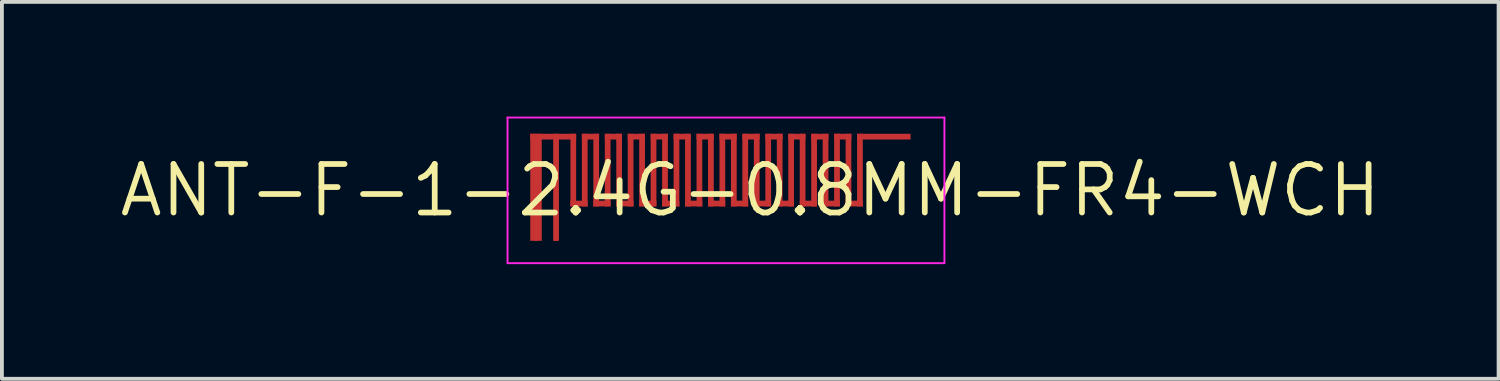
<source format=kicad_pcb>
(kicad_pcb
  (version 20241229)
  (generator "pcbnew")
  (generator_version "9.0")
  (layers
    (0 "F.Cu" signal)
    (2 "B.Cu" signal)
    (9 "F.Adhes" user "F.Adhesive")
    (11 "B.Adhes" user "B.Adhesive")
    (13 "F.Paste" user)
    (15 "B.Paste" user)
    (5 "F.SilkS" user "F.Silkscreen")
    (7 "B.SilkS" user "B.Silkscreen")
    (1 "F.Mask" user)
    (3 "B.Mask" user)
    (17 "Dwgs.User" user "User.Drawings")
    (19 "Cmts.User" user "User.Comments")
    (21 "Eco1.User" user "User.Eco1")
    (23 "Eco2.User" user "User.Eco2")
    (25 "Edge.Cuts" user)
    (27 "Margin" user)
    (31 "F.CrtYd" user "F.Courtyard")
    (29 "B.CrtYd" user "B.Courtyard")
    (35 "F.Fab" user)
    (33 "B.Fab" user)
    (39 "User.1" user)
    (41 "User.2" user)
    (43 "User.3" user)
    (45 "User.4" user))
  (footprint "ANT-F-1-2.4G-0.8MM-FR4-WCH"
    (layer "F.Cu")
    (at 15.943 1.93)
    (property "Reference" "ANT-F-1-2.4G-0.8MM-FR4-WCH" (at 0.635 0 0) (layer "F.SilkS") (effects (font (size 1.27 1.27) (thickness 0.15))))
    (attr exclude_from_pos_files exclude_from_bom)
    (fp_poly (pts (xy -5.12 1.32) (xy -4.82 1.32) (xy -4.82 -1.48) (xy -5.12 -1.48)) (stroke (width 0) (type solid)) (fill yes) (layer "F.Cu"))
    (fp_poly (pts (xy -4.52 1.32) (xy -4.37 1.32) (xy -4.37 -1.48) (xy -4.52 -1.48)) (stroke (width 0) (type solid)) (fill yes) (layer "F.Cu"))
    (fp_poly (pts (xy -4.37 -1.33) (xy -3.92 -1.33) (xy -3.92 -1.48) (xy -4.37 -1.48)) (stroke (width 0) (type solid)) (fill yes) (layer "F.Cu"))
    (fp_poly (pts (xy -4.37 -1.33) (xy -4.37 -1.48) (xy -5.12 -1.48) (xy -5.12 -1.33)) (stroke (width 0) (type solid)) (fill yes) (layer "F.Cu"))
    (fp_poly (pts (xy -4.07 0.42) (xy -3.92 0.42) (xy -3.92 -1.48) (xy -4.07 -1.48)) (stroke (width 0) (type solid)) (fill yes) (layer "F.Cu"))
    (fp_poly (pts (xy -4.07 0.42) (xy -3.62 0.42) (xy -3.62 0.27) (xy -4.07 0.27)) (stroke (width 0) (type solid)) (fill yes) (layer "F.Cu"))
    (fp_poly (pts (xy -3.77 0.42) (xy -3.62 0.42) (xy -3.62 -1.48) (xy -3.77 -1.48)) (stroke (width 0) (type solid)) (fill yes) (layer "F.Cu"))
    (fp_poly (pts (xy -3.77 -1.33) (xy -3.32 -1.33) (xy -3.32 -1.48) (xy -3.77 -1.48)) (stroke (width 0) (type solid)) (fill yes) (layer "F.Cu"))
    (fp_poly (pts (xy -3.47 0.42) (xy -3.32 0.42) (xy -3.32 -1.48) (xy -3.47 -1.48)) (stroke (width 0) (type solid)) (fill yes) (layer "F.Cu"))
    (fp_poly (pts (xy -3.47 0.42) (xy -3.02 0.42) (xy -3.02 0.27) (xy -3.47 0.27)) (stroke (width 0) (type solid)) (fill yes) (layer "F.Cu"))
    (fp_poly (pts (xy -3.17 -1.33) (xy -2.72 -1.33) (xy -2.72 -1.48) (xy -3.17 -1.48)) (stroke (width 0) (type solid)) (fill yes) (layer "F.Cu"))
    (fp_poly (pts (xy -3.17 0.42) (xy -3.02 0.42) (xy -3.02 -1.48) (xy -3.17 -1.48)) (stroke (width 0) (type solid)) (fill yes) (layer "F.Cu"))
    (fp_poly (pts (xy -2.87 0.42) (xy -2.72 0.42) (xy -2.72 -1.48) (xy -2.87 -1.48)) (stroke (width 0) (type solid)) (fill yes) (layer "F.Cu"))
    (fp_poly (pts (xy -2.87 0.42) (xy -2.42 0.42) (xy -2.42 0.27) (xy -2.87 0.27)) (stroke (width 0) (type solid)) (fill yes) (layer "F.Cu"))
    (fp_poly (pts (xy -2.57 0.42) (xy -2.42 0.42) (xy -2.42 -1.48) (xy -2.57 -1.48)) (stroke (width 0) (type solid)) (fill yes) (layer "F.Cu"))
    (fp_poly (pts (xy -2.57 -1.33) (xy -2.12 -1.33) (xy -2.12 -1.48) (xy -2.57 -1.48)) (stroke (width 0) (type solid)) (fill yes) (layer "F.Cu"))
    (fp_poly (pts (xy -2.27 0.42) (xy -2.12 0.42) (xy -2.12 -1.48) (xy -2.27 -1.48)) (stroke (width 0) (type solid)) (fill yes) (layer "F.Cu"))
    (fp_poly (pts (xy -2.27 0.42) (xy -1.82 0.42) (xy -1.82 0.27) (xy -2.27 0.27)) (stroke (width 0) (type solid)) (fill yes) (layer "F.Cu"))
    (fp_poly (pts (xy -1.97 0.42) (xy -1.82 0.42) (xy -1.82 -1.48) (xy -1.97 -1.48)) (stroke (width 0) (type solid)) (fill yes) (layer "F.Cu"))
    (fp_poly (pts (xy -1.97 -1.33) (xy -1.52 -1.33) (xy -1.52 -1.48) (xy -1.97 -1.48)) (stroke (width 0) (type solid)) (fill yes) (layer "F.Cu"))
    (fp_poly (pts (xy -1.67 0.42) (xy -1.52 0.42) (xy -1.52 -1.48) (xy -1.67 -1.48)) (stroke (width 0) (type solid)) (fill yes) (layer "F.Cu"))
    (fp_poly (pts (xy -1.67 0.42) (xy -1.22 0.42) (xy -1.22 0.27) (xy -1.67 0.27)) (stroke (width 0) (type solid)) (fill yes) (layer "F.Cu"))
    (fp_poly (pts (xy -1.37 0.42) (xy -1.22 0.42) (xy -1.22 -1.48) (xy -1.37 -1.48)) (stroke (width 0) (type solid)) (fill yes) (layer "F.Cu"))
    (fp_poly (pts (xy -1.37 -1.33) (xy -0.92 -1.33) (xy -0.92 -1.48) (xy -1.37 -1.48)) (stroke (width 0) (type solid)) (fill yes) (layer "F.Cu"))
    (fp_poly (pts (xy -1.07 0.42) (xy -0.92 0.42) (xy -0.92 -1.48) (xy -1.07 -1.48)) (stroke (width 0) (type solid)) (fill yes) (layer "F.Cu"))
    (fp_poly (pts (xy -1.07 0.42) (xy -0.62 0.42) (xy -0.62 0.27) (xy -1.07 0.27)) (stroke (width 0) (type solid)) (fill yes) (layer "F.Cu"))
    (fp_poly (pts (xy -0.77 0.42) (xy -0.62 0.42) (xy -0.62 -1.48) (xy -0.77 -1.48)) (stroke (width 0) (type solid)) (fill yes) (layer "F.Cu"))
    (fp_poly (pts (xy -0.77 -1.33) (xy -0.32 -1.33) (xy -0.32 -1.48) (xy -0.77 -1.48)) (stroke (width 0) (type solid)) (fill yes) (layer "F.Cu"))
    (fp_poly (pts (xy -0.47 0.42) (xy -0.32 0.42) (xy -0.32 -1.48) (xy -0.47 -1.48)) (stroke (width 0) (type solid)) (fill yes) (layer "F.Cu"))
    (fp_poly (pts (xy -0.47 0.42) (xy -0.02 0.42) (xy -0.02 0.27) (xy -0.47 0.27)) (stroke (width 0) (type solid)) (fill yes) (layer "F.Cu"))
    (fp_poly (pts (xy -0.17 0.42) (xy -0.02 0.42) (xy -0.02 -1.48) (xy -0.17 -1.48)) (stroke (width 0) (type solid)) (fill yes) (layer "F.Cu"))
    (fp_poly (pts (xy -0.17 -1.33) (xy 0.28 -1.33) (xy 0.28 -1.48) (xy -0.17 -1.48)) (stroke (width 0) (type solid)) (fill yes) (layer "F.Cu"))
    (fp_poly (pts (xy 0.13 0.42) (xy 0.28 0.42) (xy 0.28 -1.48) (xy 0.13 -1.48)) (stroke (width 0) (type solid)) (fill yes) (layer "F.Cu"))
    (fp_poly (pts (xy 0.13 0.42) (xy 0.58 0.42) (xy 0.58 0.27) (xy 0.13 0.27)) (stroke (width 0) (type solid)) (fill yes) (layer "F.Cu"))
    (fp_poly (pts (xy 0.43 0.42) (xy 0.58 0.42) (xy 0.58 -1.48) (xy 0.43 -1.48)) (stroke (width 0) (type solid)) (fill yes) (layer "F.Cu"))
    (fp_poly (pts (xy 0.43 -1.33) (xy 0.88 -1.33) (xy 0.88 -1.48) (xy 0.43 -1.48)) (stroke (width 0) (type solid)) (fill yes) (layer "F.Cu"))
    (fp_poly (pts (xy 0.73 0.42) (xy 0.88 0.42) (xy 0.88 -1.48) (xy 0.73 -1.48)) (stroke (width 0) (type solid)) (fill yes) (layer "F.Cu"))
    (fp_poly (pts (xy 0.73 0.42) (xy 1.18 0.42) (xy 1.18 0.27) (xy 0.73 0.27)) (stroke (width 0) (type solid)) (fill yes) (layer "F.Cu"))
    (fp_poly (pts (xy 1.03 0.42) (xy 1.18 0.42) (xy 1.18 -1.48) (xy 1.03 -1.48)) (stroke (width 0) (type solid)) (fill yes) (layer "F.Cu"))
    (fp_poly (pts (xy 1.03 -1.33) (xy 1.48 -1.33) (xy 1.48 -1.48) (xy 1.03 -1.48)) (stroke (width 0) (type solid)) (fill yes) (layer "F.Cu"))
    (fp_poly (pts (xy 1.33 0.42) (xy 1.48 0.42) (xy 1.48 -1.48) (xy 1.33 -1.48)) (stroke (width 0) (type solid)) (fill yes) (layer "F.Cu"))
    (fp_poly (pts (xy 1.33 0.42) (xy 1.78 0.42) (xy 1.78 0.27) (xy 1.33 0.27)) (stroke (width 0) (type solid)) (fill yes) (layer "F.Cu"))
    (fp_poly (pts (xy 1.63 0.42) (xy 1.78 0.42) (xy 1.78 -1.48) (xy 1.63 -1.48)) (stroke (width 0) (type solid)) (fill yes) (layer "F.Cu"))
    (fp_poly (pts (xy 1.63 -1.33) (xy 2.08 -1.33) (xy 2.08 -1.48) (xy 1.63 -1.48)) (stroke (width 0) (type solid)) (fill yes) (layer "F.Cu"))
    (fp_poly (pts (xy 1.93 0.42) (xy 2.08 0.42) (xy 2.08 -1.48) (xy 1.93 -1.48)) (stroke (width 0) (type solid)) (fill yes) (layer "F.Cu"))
    (fp_poly (pts (xy 1.93 0.42) (xy 2.38 0.42) (xy 2.38 0.27) (xy 1.93 0.27)) (stroke (width 0) (type solid)) (fill yes) (layer "F.Cu"))
    (fp_poly (pts (xy 2.23 0.42) (xy 2.38 0.42) (xy 2.38 -1.48) (xy 2.23 -1.48)) (stroke (width 0) (type solid)) (fill yes) (layer "F.Cu"))
    (fp_poly (pts (xy 2.23 -1.33) (xy 2.68 -1.33) (xy 2.68 -1.48) (xy 2.23 -1.48)) (stroke (width 0) (type solid)) (fill yes) (layer "F.Cu"))
    (fp_poly (pts (xy 2.53 0.42) (xy 2.68 0.42) (xy 2.68 -1.48) (xy 2.53 -1.48)) (stroke (width 0) (type solid)) (fill yes) (layer "F.Cu"))
    (fp_poly (pts (xy 2.53 0.42) (xy 2.98 0.42) (xy 2.98 0.27) (xy 2.53 0.27)) (stroke (width 0) (type solid)) (fill yes) (layer "F.Cu"))
    (fp_poly (pts (xy 2.83 0.42) (xy 2.98 0.42) (xy 2.98 -1.48) (xy 2.83 -1.48)) (stroke (width 0) (type solid)) (fill yes) (layer "F.Cu"))
    (fp_poly (pts (xy 2.83 -1.33) (xy 3.28 -1.33) (xy 3.28 -1.48) (xy 2.83 -1.48)) (stroke (width 0) (type solid)) (fill yes) (layer "F.Cu"))
    (fp_poly (pts (xy 3.13 0.42) (xy 3.28 0.42) (xy 3.28 -1.48) (xy 3.13 -1.48)) (stroke (width 0) (type solid)) (fill yes) (layer "F.Cu"))
    (fp_poly (pts (xy 3.13 0.42) (xy 3.58 0.42) (xy 3.58 0.27) (xy 3.13 0.27)) (stroke (width 0) (type solid)) (fill yes) (layer "F.Cu"))
    (fp_poly (pts (xy 3.43 0.42) (xy 3.58 0.42) (xy 3.58 -1.48) (xy 3.43 -1.48)) (stroke (width 0) (type solid)) (fill yes) (layer "F.Cu"))
    (fp_poly (pts (xy 3.43 -1.33) (xy 4.83 -1.33) (xy 4.83 -1.48) (xy 3.43 -1.48)) (stroke (width 0) (type solid)) (fill yes) (layer "F.Cu"))
    (fp_poly (pts (xy -5.12 1.32) (xy -4.82 1.32) (xy -4.82 -1.48) (xy -5.12 -1.48)) (stroke (width 0) (type solid)) (fill yes) (layer "F.Mask"))
    (fp_poly (pts (xy -4.52 1.32) (xy -4.37 1.32) (xy -4.37 -1.48) (xy -4.52 -1.48)) (stroke (width 0) (type solid)) (fill yes) (layer "F.Mask"))
    (fp_poly (pts (xy -4.37 -1.33) (xy -3.92 -1.33) (xy -3.92 -1.48) (xy -4.37 -1.48)) (stroke (width 0) (type solid)) (fill yes) (layer "F.Mask"))
    (fp_poly (pts (xy -4.37 -1.33) (xy -4.37 -1.48) (xy -5.12 -1.48) (xy -5.12 -1.33)) (stroke (width 0) (type solid)) (fill yes) (layer "F.Mask"))
    (fp_poly (pts (xy -4.07 0.42) (xy -3.92 0.42) (xy -3.92 -1.48) (xy -4.07 -1.48)) (stroke (width 0) (type solid)) (fill yes) (layer "F.Mask"))
    (fp_poly (pts (xy -4.07 0.42) (xy -3.62 0.42) (xy -3.62 0.27) (xy -4.07 0.27)) (stroke (width 0) (type solid)) (fill yes) (layer "F.Mask"))
    (fp_poly (pts (xy -3.77 0.42) (xy -3.62 0.42) (xy -3.62 -1.48) (xy -3.77 -1.48)) (stroke (width 0) (type solid)) (fill yes) (layer "F.Mask"))
    (fp_poly (pts (xy -3.77 -1.33) (xy -3.32 -1.33) (xy -3.32 -1.48) (xy -3.77 -1.48)) (stroke (width 0) (type solid)) (fill yes) (layer "F.Mask"))
    (fp_poly (pts (xy -3.47 0.42) (xy -3.32 0.42) (xy -3.32 -1.48) (xy -3.47 -1.48)) (stroke (width 0) (type solid)) (fill yes) (layer "F.Mask"))
    (fp_poly (pts (xy -3.47 0.42) (xy -3.02 0.42) (xy -3.02 0.27) (xy -3.47 0.27)) (stroke (width 0) (type solid)) (fill yes) (layer "F.Mask"))
    (fp_poly (pts (xy -3.17 -1.33) (xy -2.72 -1.33) (xy -2.72 -1.48) (xy -3.17 -1.48)) (stroke (width 0) (type solid)) (fill yes) (layer "F.Mask"))
    (fp_poly (pts (xy -3.17 0.42) (xy -3.02 0.42) (xy -3.02 -1.48) (xy -3.17 -1.48)) (stroke (width 0) (type solid)) (fill yes) (layer "F.Mask"))
    (fp_poly (pts (xy -2.87 0.42) (xy -2.72 0.42) (xy -2.72 -1.48) (xy -2.87 -1.48)) (stroke (width 0) (type solid)) (fill yes) (layer "F.Mask"))
    (fp_poly (pts (xy -2.87 0.42) (xy -2.42 0.42) (xy -2.42 0.27) (xy -2.87 0.27)) (stroke (width 0) (type solid)) (fill yes) (layer "F.Mask"))
    (fp_poly (pts (xy -2.57 0.42) (xy -2.42 0.42) (xy -2.42 -1.48) (xy -2.57 -1.48)) (stroke (width 0) (type solid)) (fill yes) (layer "F.Mask"))
    (fp_poly (pts (xy -2.57 -1.33) (xy -2.12 -1.33) (xy -2.12 -1.48) (xy -2.57 -1.48)) (stroke (width 0) (type solid)) (fill yes) (layer "F.Mask"))
    (fp_poly (pts (xy -2.27 0.42) (xy -2.12 0.42) (xy -2.12 -1.48) (xy -2.27 -1.48)) (stroke (width 0) (type solid)) (fill yes) (layer "F.Mask"))
    (fp_poly (pts (xy -2.27 0.42) (xy -1.82 0.42) (xy -1.82 0.27) (xy -2.27 0.27)) (stroke (width 0) (type solid)) (fill yes) (layer "F.Mask"))
    (fp_poly (pts (xy -1.97 0.42) (xy -1.82 0.42) (xy -1.82 -1.48) (xy -1.97 -1.48)) (stroke (width 0) (type solid)) (fill yes) (layer "F.Mask"))
    (fp_poly (pts (xy -1.97 -1.33) (xy -1.52 -1.33) (xy -1.52 -1.48) (xy -1.97 -1.48)) (stroke (width 0) (type solid)) (fill yes) (layer "F.Mask"))
    (fp_poly (pts (xy -1.67 0.42) (xy -1.52 0.42) (xy -1.52 -1.48) (xy -1.67 -1.48)) (stroke (width 0) (type solid)) (fill yes) (layer "F.Mask"))
    (fp_poly (pts (xy -1.67 0.42) (xy -1.22 0.42) (xy -1.22 0.27) (xy -1.67 0.27)) (stroke (width 0) (type solid)) (fill yes) (layer "F.Mask"))
    (fp_poly (pts (xy -1.37 0.42) (xy -1.22 0.42) (xy -1.22 -1.48) (xy -1.37 -1.48)) (stroke (width 0) (type solid)) (fill yes) (layer "F.Mask"))
    (fp_poly (pts (xy -1.37 -1.33) (xy -0.92 -1.33) (xy -0.92 -1.48) (xy -1.37 -1.48)) (stroke (width 0) (type solid)) (fill yes) (layer "F.Mask"))
    (fp_poly (pts (xy -1.07 0.42) (xy -0.92 0.42) (xy -0.92 -1.48) (xy -1.07 -1.48)) (stroke (width 0) (type solid)) (fill yes) (layer "F.Mask"))
    (fp_poly (pts (xy -1.07 0.42) (xy -0.62 0.42) (xy -0.62 0.27) (xy -1.07 0.27)) (stroke (width 0) (type solid)) (fill yes) (layer "F.Mask"))
    (fp_poly (pts (xy -0.77 0.42) (xy -0.62 0.42) (xy -0.62 -1.48) (xy -0.77 -1.48)) (stroke (width 0) (type solid)) (fill yes) (layer "F.Mask"))
    (fp_poly (pts (xy -0.77 -1.33) (xy -0.32 -1.33) (xy -0.32 -1.48) (xy -0.77 -1.48)) (stroke (width 0) (type solid)) (fill yes) (layer "F.Mask"))
    (fp_poly (pts (xy -0.47 0.42) (xy -0.32 0.42) (xy -0.32 -1.48) (xy -0.47 -1.48)) (stroke (width 0) (type solid)) (fill yes) (layer "F.Mask"))
    (fp_poly (pts (xy -0.47 0.42) (xy -0.02 0.42) (xy -0.02 0.27) (xy -0.47 0.27)) (stroke (width 0) (type solid)) (fill yes) (layer "F.Mask"))
    (fp_poly (pts (xy -0.17 0.42) (xy -0.02 0.42) (xy -0.02 -1.48) (xy -0.17 -1.48)) (stroke (width 0) (type solid)) (fill yes) (layer "F.Mask"))
    (fp_poly (pts (xy -0.17 -1.33) (xy 0.28 -1.33) (xy 0.28 -1.48) (xy -0.17 -1.48)) (stroke (width 0) (type solid)) (fill yes) (layer "F.Mask"))
    (fp_poly (pts (xy 0.13 0.42) (xy 0.28 0.42) (xy 0.28 -1.48) (xy 0.13 -1.48)) (stroke (width 0) (type solid)) (fill yes) (layer "F.Mask"))
    (fp_poly (pts (xy 0.13 0.42) (xy 0.58 0.42) (xy 0.58 0.27) (xy 0.13 0.27)) (stroke (width 0) (type solid)) (fill yes) (layer "F.Mask"))
    (fp_poly (pts (xy 0.43 0.42) (xy 0.58 0.42) (xy 0.58 -1.48) (xy 0.43 -1.48)) (stroke (width 0) (type solid)) (fill yes) (layer "F.Mask"))
    (fp_poly (pts (xy 0.43 -1.33) (xy 0.88 -1.33) (xy 0.88 -1.48) (xy 0.43 -1.48)) (stroke (width 0) (type solid)) (fill yes) (layer "F.Mask"))
    (fp_poly (pts (xy 0.73 0.42) (xy 0.88 0.42) (xy 0.88 -1.48) (xy 0.73 -1.48)) (stroke (width 0) (type solid)) (fill yes) (layer "F.Mask"))
    (fp_poly (pts (xy 0.73 0.42) (xy 1.18 0.42) (xy 1.18 0.27) (xy 0.73 0.27)) (stroke (width 0) (type solid)) (fill yes) (layer "F.Mask"))
    (fp_poly (pts (xy 1.03 0.42) (xy 1.18 0.42) (xy 1.18 -1.48) (xy 1.03 -1.48)) (stroke (width 0) (type solid)) (fill yes) (layer "F.Mask"))
    (fp_poly (pts (xy 1.03 -1.33) (xy 1.48 -1.33) (xy 1.48 -1.48) (xy 1.03 -1.48)) (stroke (width 0) (type solid)) (fill yes) (layer "F.Mask"))
    (fp_poly (pts (xy 1.33 0.42) (xy 1.48 0.42) (xy 1.48 -1.48) (xy 1.33 -1.48)) (stroke (width 0) (type solid)) (fill yes) (layer "F.Mask"))
    (fp_poly (pts (xy 1.33 0.42) (xy 1.78 0.42) (xy 1.78 0.27) (xy 1.33 0.27)) (stroke (width 0) (type solid)) (fill yes) (layer "F.Mask"))
    (fp_poly (pts (xy 1.63 0.42) (xy 1.78 0.42) (xy 1.78 -1.48) (xy 1.63 -1.48)) (stroke (width 0) (type solid)) (fill yes) (layer "F.Mask"))
    (fp_poly (pts (xy 1.63 -1.33) (xy 2.08 -1.33) (xy 2.08 -1.48) (xy 1.63 -1.48)) (stroke (width 0) (type solid)) (fill yes) (layer "F.Mask"))
    (fp_poly (pts (xy 1.93 0.42) (xy 2.08 0.42) (xy 2.08 -1.48) (xy 1.93 -1.48)) (stroke (width 0) (type solid)) (fill yes) (layer "F.Mask"))
    (fp_poly (pts (xy 1.93 0.42) (xy 2.38 0.42) (xy 2.38 0.27) (xy 1.93 0.27)) (stroke (width 0) (type solid)) (fill yes) (layer "F.Mask"))
    (fp_poly (pts (xy 2.23 0.42) (xy 2.38 0.42) (xy 2.38 -1.48) (xy 2.23 -1.48)) (stroke (width 0) (type solid)) (fill yes) (layer "F.Mask"))
    (fp_poly (pts (xy 2.23 -1.33) (xy 2.68 -1.33) (xy 2.68 -1.48) (xy 2.23 -1.48)) (stroke (width 0) (type solid)) (fill yes) (layer "F.Mask"))
    (fp_poly (pts (xy 2.53 0.42) (xy 2.68 0.42) (xy 2.68 -1.48) (xy 2.53 -1.48)) (stroke (width 0) (type solid)) (fill yes) (layer "F.Mask"))
    (fp_poly (pts (xy 2.53 0.42) (xy 2.98 0.42) (xy 2.98 0.27) (xy 2.53 0.27)) (stroke (width 0) (type solid)) (fill yes) (layer "F.Mask"))
    (fp_poly (pts (xy 2.83 0.42) (xy 2.98 0.42) (xy 2.98 -1.48) (xy 2.83 -1.48)) (stroke (width 0) (type solid)) (fill yes) (layer "F.Mask"))
    (fp_poly (pts (xy 2.83 -1.33) (xy 3.28 -1.33) (xy 3.28 -1.48) (xy 2.83 -1.48)) (stroke (width 0) (type solid)) (fill yes) (layer "F.Mask"))
    (fp_poly (pts (xy 3.13 0.42) (xy 3.28 0.42) (xy 3.28 -1.48) (xy 3.13 -1.48)) (stroke (width 0) (type solid)) (fill yes) (layer "F.Mask"))
    (fp_poly (pts (xy 3.13 0.42) (xy 3.58 0.42) (xy 3.58 0.27) (xy 3.13 0.27)) (stroke (width 0) (type solid)) (fill yes) (layer "F.Mask"))
    (fp_poly (pts (xy 3.43 0.42) (xy 3.58 0.42) (xy 3.58 -1.48) (xy 3.43 -1.48)) (stroke (width 0) (type solid)) (fill yes) (layer "F.Mask"))
    (fp_poly (pts (xy 3.43 -1.33) (xy 4.83 -1.33) (xy 4.83 -1.48) (xy 3.43 -1.48)) (stroke (width 0) (type solid)) (fill yes) (layer "F.Mask"))
    (fp_line (start -5.715 -1.905) (end 5.715 -1.905) (stroke (width 0.05) (type solid)) (layer "F.CrtYd"))
    (fp_line (start -5.715 1.905) (end -5.715 -1.905) (stroke (width 0.05) (type solid)) (layer "F.CrtYd"))
    (fp_line (start 5.715 -1.905) (end 5.715 1.905) (stroke (width 0.05) (type solid)) (layer "F.CrtYd"))
    (fp_line (start 5.715 1.905) (end -5.715 1.905) (stroke (width 0.05) (type solid)) (layer "F.CrtYd"))
    (pad "1" smd rect (at -4.445 1.27) (size 0.1 0.1) (layers "F.Cu"))
    (pad "2" smd rect (at -4.97 1.27) (size 0.1 0.1) (layers "F.Cu")))
  (gr_rect
    (start -3 -3)
    (end 36.156 6.86)
    (stroke (width 0.1) (type default))
    (fill no)
    (layer "Edge.Cuts")))
</source>
